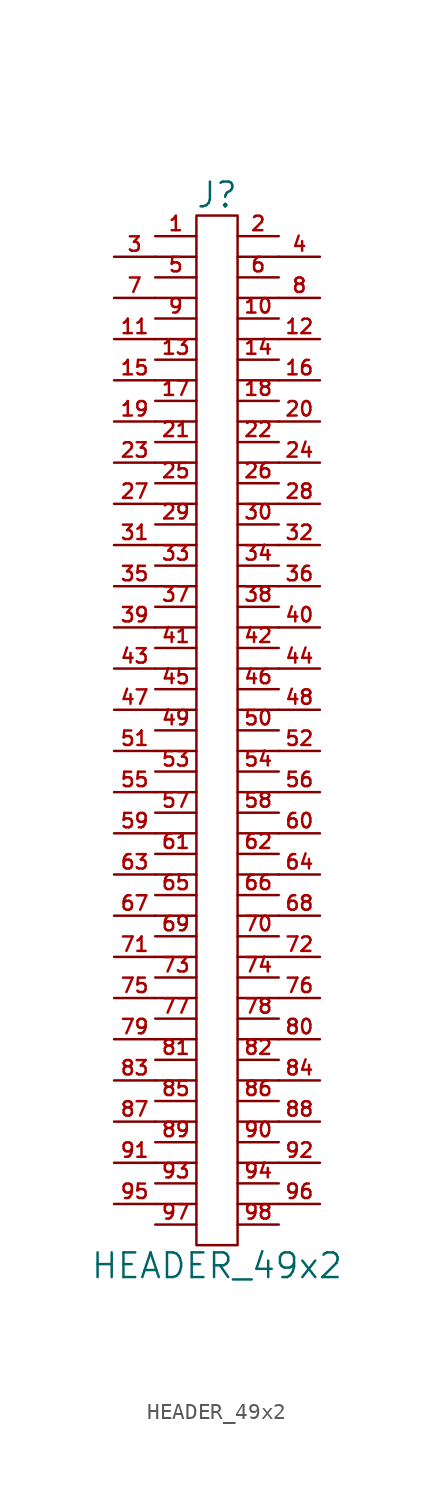
<source format=kicad_sym>
(kicad_symbol_lib
  (version 20201005)
  (generator kicad_symbol_editor)
  (symbol "HEADER_49x2"
    (pin_names
      (offset 0))
    (property "Reference" "J"
      (at 0 33.02 0)
      (effects (font (size 1.524 1.524))))
    (property "Value" "HEADER_49x2"
      (at 0 -33.02 0)
      (effects (font (size 1.524 1.524))))
    (property "Footprint" ""
      (at 0 6.35 0)
      (effects (font (size 1.524 1.524))))
    (property "Datasheet" ""
      (at 0 6.35 0)
      (effects (font (size 1.524 1.524))))
    (symbol "HEADER_49x2_0_1"
      (rectangle (start 1.27 -31.75) (end -1.27 31.75) (stroke (width 0)) (fill (type none)))
      (polyline (pts (xy -3.81 -29.21) (xy -1.27 -29.21)) (stroke (width 0)) (fill (type none)))
      (polyline (pts (xy -3.81 -26.67) (xy -1.27 -26.67)) (stroke (width 0)) (fill (type none)))
      (polyline (pts (xy -3.81 -24.13) (xy -1.27 -24.13)) (stroke (width 0)) (fill (type none)))
      (polyline (pts (xy -3.81 -21.59) (xy -1.27 -21.59)) (stroke (width 0)) (fill (type none)))
      (polyline (pts (xy -3.81 -19.05) (xy -1.27 -19.05)) (stroke (width 0)) (fill (type none)))
      (polyline (pts (xy -3.81 -16.51) (xy -1.27 -16.51)) (stroke (width 0)) (fill (type none)))
      (polyline (pts (xy -3.81 -13.97) (xy -1.27 -13.97)) (stroke (width 0)) (fill (type none)))
      (polyline (pts (xy -3.81 -11.43) (xy -1.27 -11.43)) (stroke (width 0)) (fill (type none)))
      (polyline (pts (xy -3.81 -8.89) (xy -1.27 -8.89)) (stroke (width 0)) (fill (type none)))
      (polyline (pts (xy -3.81 -6.35) (xy -1.27 -6.35)) (stroke (width 0)) (fill (type none)))
      (polyline (pts (xy -3.81 -3.81) (xy -1.27 -3.81)) (stroke (width 0)) (fill (type none)))
      (polyline (pts (xy -3.81 -1.27) (xy -1.27 -1.27)) (stroke (width 0)) (fill (type none)))
      (polyline (pts (xy -3.81 1.27) (xy -1.27 1.27)) (stroke (width 0)) (fill (type none)))
      (polyline (pts (xy -3.81 3.81) (xy -1.27 3.81)) (stroke (width 0)) (fill (type none)))
      (polyline (pts (xy -3.81 6.35) (xy -1.27 6.35)) (stroke (width 0)) (fill (type none)))
      (polyline (pts (xy -3.81 8.89) (xy -1.27 8.89)) (stroke (width 0)) (fill (type none)))
      (polyline (pts (xy -3.81 11.43) (xy -1.27 11.43)) (stroke (width 0)) (fill (type none)))
      (polyline (pts (xy -3.81 13.97) (xy -1.27 13.97)) (stroke (width 0)) (fill (type none)))
      (polyline (pts (xy -3.81 16.51) (xy -1.27 16.51)) (stroke (width 0)) (fill (type none)))
      (polyline (pts (xy -3.81 19.05) (xy -1.27 19.05)) (stroke (width 0)) (fill (type none)))
      (polyline (pts (xy -3.81 21.59) (xy -1.27 21.59)) (stroke (width 0)) (fill (type none)))
      (polyline (pts (xy -3.81 24.13) (xy -1.27 24.13)) (stroke (width 0)) (fill (type none)))
      (polyline (pts (xy -3.81 26.67) (xy -1.27 26.67)) (stroke (width 0)) (fill (type none)))
      (polyline (pts (xy -3.81 29.21) (xy -1.27 29.21)) (stroke (width 0)) (fill (type none)))
      (polyline (pts (xy 1.27 -29.21) (xy 3.81 -29.21)) (stroke (width 0)) (fill (type none)))
      (polyline (pts (xy 1.27 -26.67) (xy 3.81 -26.67)) (stroke (width 0)) (fill (type none)))
      (polyline (pts (xy 1.27 -24.13) (xy 3.81 -24.13)) (stroke (width 0)) (fill (type none)))
      (polyline (pts (xy 1.27 -21.59) (xy 3.81 -21.59)) (stroke (width 0)) (fill (type none)))
      (polyline (pts (xy 1.27 -19.05) (xy 3.81 -19.05)) (stroke (width 0)) (fill (type none)))
      (polyline (pts (xy 1.27 -16.51) (xy 3.81 -16.51)) (stroke (width 0)) (fill (type none)))
      (polyline (pts (xy 1.27 -13.97) (xy 3.81 -13.97)) (stroke (width 0)) (fill (type none)))
      (polyline (pts (xy 1.27 -11.43) (xy 3.81 -11.43)) (stroke (width 0)) (fill (type none)))
      (polyline (pts (xy 1.27 -8.89) (xy 3.81 -8.89)) (stroke (width 0)) (fill (type none)))
      (polyline (pts (xy 1.27 -6.35) (xy 3.81 -6.35)) (stroke (width 0)) (fill (type none)))
      (polyline (pts (xy 1.27 -3.81) (xy 3.81 -3.81)) (stroke (width 0)) (fill (type none)))
      (polyline (pts (xy 1.27 -1.27) (xy 3.81 -1.27)) (stroke (width 0)) (fill (type none)))
      (polyline (pts (xy 1.27 1.27) (xy 3.81 1.27)) (stroke (width 0)) (fill (type none)))
      (polyline (pts (xy 1.27 3.81) (xy 3.81 3.81)) (stroke (width 0)) (fill (type none)))
      (polyline (pts (xy 1.27 6.35) (xy 3.81 6.35)) (stroke (width 0)) (fill (type none)))
      (polyline (pts (xy 1.27 8.89) (xy 3.81 8.89)) (stroke (width 0)) (fill (type none)))
      (polyline (pts (xy 1.27 11.43) (xy 3.81 11.43)) (stroke (width 0)) (fill (type none)))
      (polyline (pts (xy 1.27 13.97) (xy 3.81 13.97)) (stroke (width 0)) (fill (type none)))
      (polyline (pts (xy 1.27 16.51) (xy 3.81 16.51)) (stroke (width 0)) (fill (type none)))
      (polyline (pts (xy 1.27 19.05) (xy 3.81 19.05)) (stroke (width 0)) (fill (type none)))
      (polyline (pts (xy 1.27 21.59) (xy 3.81 21.59)) (stroke (width 0)) (fill (type none)))
      (polyline (pts (xy 1.27 24.13) (xy 3.81 24.13)) (stroke (width 0)) (fill (type none)))
      (polyline (pts (xy 1.27 26.67) (xy 3.81 26.67)) (stroke (width 0)) (fill (type none)))
      (polyline (pts (xy 1.27 29.21) (xy 3.81 29.21)) (stroke (width 0)) (fill (type none))))
    (symbol "HEADER_49x2_1_1"
      (pin passive line (at -3.81 30.48 0) (length 2.54) (name "~" (effects (font (size 1.27 1.27)))) (number "1" (effects (font (size 0.889 0.889)))))
      (pin passive line (at 3.81 25.4 180) (length 2.54) (name "~" (effects (font (size 1.27 1.27)))) (number "10" (effects (font (size 0.889 0.889)))))
      (pin passive line (at -6.35 24.13 0) (length 2.54) (name "~" (effects (font (size 1.27 1.27)))) (number "11" (effects (font (size 0.889 0.889)))))
      (pin passive line (at 6.35 24.13 180) (length 2.54) (name "~" (effects (font (size 1.27 1.27)))) (number "12" (effects (font (size 0.889 0.889)))))
      (pin passive line (at -3.81 22.86 0) (length 2.54) (name "~" (effects (font (size 1.27 1.27)))) (number "13" (effects (font (size 0.889 0.889)))))
      (pin passive line (at 3.81 22.86 180) (length 2.54) (name "~" (effects (font (size 1.27 1.27)))) (number "14" (effects (font (size 0.889 0.889)))))
      (pin passive line (at -6.35 21.59 0) (length 2.54) (name "~" (effects (font (size 1.27 1.27)))) (number "15" (effects (font (size 0.889 0.889)))))
      (pin passive line (at 6.35 21.59 180) (length 2.54) (name "~" (effects (font (size 1.27 1.27)))) (number "16" (effects (font (size 0.889 0.889)))))
      (pin passive line (at -3.81 20.32 0) (length 2.54) (name "~" (effects (font (size 1.27 1.27)))) (number "17" (effects (font (size 0.889 0.889)))))
      (pin passive line (at 3.81 20.32 180) (length 2.54) (name "~" (effects (font (size 1.27 1.27)))) (number "18" (effects (font (size 0.889 0.889)))))
      (pin passive line (at -6.35 19.05 0) (length 2.54) (name "~" (effects (font (size 1.27 1.27)))) (number "19" (effects (font (size 0.889 0.889)))))
      (pin passive line (at 3.81 30.48 180) (length 2.54) (name "~" (effects (font (size 1.27 1.27)))) (number "2" (effects (font (size 0.889 0.889)))))
      (pin passive line (at 6.35 19.05 180) (length 2.54) (name "~" (effects (font (size 1.27 1.27)))) (number "20" (effects (font (size 0.889 0.889)))))
      (pin passive line (at -3.81 17.78 0) (length 2.54) (name "~" (effects (font (size 1.27 1.27)))) (number "21" (effects (font (size 0.889 0.889)))))
      (pin passive line (at 3.81 17.78 180) (length 2.54) (name "~" (effects (font (size 1.27 1.27)))) (number "22" (effects (font (size 0.889 0.889)))))
      (pin passive line (at -6.35 16.51 0) (length 2.54) (name "~" (effects (font (size 1.27 1.27)))) (number "23" (effects (font (size 0.889 0.889)))))
      (pin passive line (at 6.35 16.51 180) (length 2.54) (name "~" (effects (font (size 1.27 1.27)))) (number "24" (effects (font (size 0.889 0.889)))))
      (pin passive line (at -3.81 15.24 0) (length 2.54) (name "~" (effects (font (size 1.27 1.27)))) (number "25" (effects (font (size 0.889 0.889)))))
      (pin passive line (at 3.81 15.24 180) (length 2.54) (name "~" (effects (font (size 1.27 1.27)))) (number "26" (effects (font (size 0.889 0.889)))))
      (pin passive line (at -6.35 13.97 0) (length 2.54) (name "~" (effects (font (size 1.27 1.27)))) (number "27" (effects (font (size 0.889 0.889)))))
      (pin passive line (at 6.35 13.97 180) (length 2.54) (name "~" (effects (font (size 1.27 1.27)))) (number "28" (effects (font (size 0.889 0.889)))))
      (pin passive line (at -3.81 12.7 0) (length 2.54) (name "~" (effects (font (size 1.27 1.27)))) (number "29" (effects (font (size 0.889 0.889)))))
      (pin passive line (at -6.35 29.21 0) (length 2.54) (name "~" (effects (font (size 1.27 1.27)))) (number "3" (effects (font (size 0.889 0.889)))))
      (pin passive line (at 3.81 12.7 180) (length 2.54) (name "~" (effects (font (size 1.27 1.27)))) (number "30" (effects (font (size 0.889 0.889)))))
      (pin passive line (at -6.35 11.43 0) (length 2.54) (name "~" (effects (font (size 1.27 1.27)))) (number "31" (effects (font (size 0.889 0.889)))))
      (pin passive line (at 6.35 11.43 180) (length 2.54) (name "~" (effects (font (size 1.27 1.27)))) (number "32" (effects (font (size 0.889 0.889)))))
      (pin passive line (at -3.81 10.16 0) (length 2.54) (name "~" (effects (font (size 1.27 1.27)))) (number "33" (effects (font (size 0.889 0.889)))))
      (pin passive line (at 3.81 10.16 180) (length 2.54) (name "~" (effects (font (size 1.27 1.27)))) (number "34" (effects (font (size 0.889 0.889)))))
      (pin passive line (at -6.35 8.89 0) (length 2.54) (name "~" (effects (font (size 1.27 1.27)))) (number "35" (effects (font (size 0.889 0.889)))))
      (pin passive line (at 6.35 8.89 180) (length 2.54) (name "~" (effects (font (size 1.27 1.27)))) (number "36" (effects (font (size 0.889 0.889)))))
      (pin passive line (at -3.81 7.62 0) (length 2.54) (name "~" (effects (font (size 0.889 0.889)))) (number "37" (effects (font (size 0.889 0.889)))))
      (pin passive line (at 3.81 7.62 180) (length 2.54) (name "~" (effects (font (size 1.27 1.27)))) (number "38" (effects (font (size 0.889 0.889)))))
      (pin passive line (at -6.35 6.35 0) (length 2.54) (name "~" (effects (font (size 1.27 1.27)))) (number "39" (effects (font (size 0.889 0.889)))))
      (pin passive line (at 6.35 29.21 180) (length 2.54) (name "~" (effects (font (size 1.27 1.27)))) (number "4" (effects (font (size 0.889 0.889)))))
      (pin passive line (at 6.35 6.35 180) (length 2.54) (name "~" (effects (font (size 1.27 1.27)))) (number "40" (effects (font (size 0.889 0.889)))))
      (pin passive line (at -3.81 5.08 0) (length 2.54) (name "~" (effects (font (size 1.27 1.27)))) (number "41" (effects (font (size 0.889 0.889)))))
      (pin passive line (at 3.81 5.08 180) (length 2.54) (name "~" (effects (font (size 1.27 1.27)))) (number "42" (effects (font (size 0.889 0.889)))))
      (pin passive line (at -6.35 3.81 0) (length 2.54) (name "~" (effects (font (size 1.27 1.27)))) (number "43" (effects (font (size 0.889 0.889)))))
      (pin passive line (at 6.35 3.81 180) (length 2.54) (name "~" (effects (font (size 1.27 1.27)))) (number "44" (effects (font (size 0.889 0.889)))))
      (pin passive line (at -3.81 2.54 0) (length 2.54) (name "~" (effects (font (size 1.27 1.27)))) (number "45" (effects (font (size 0.889 0.889)))))
      (pin passive line (at 3.81 2.54 180) (length 2.54) (name "~" (effects (font (size 1.27 1.27)))) (number "46" (effects (font (size 0.889 0.889)))))
      (pin passive line (at -6.35 1.27 0) (length 2.54) (name "~" (effects (font (size 1.27 1.27)))) (number "47" (effects (font (size 0.889 0.889)))))
      (pin passive line (at 6.35 1.27 180) (length 2.54) (name "~" (effects (font (size 1.27 1.27)))) (number "48" (effects (font (size 0.889 0.889)))))
      (pin passive line (at -3.81 0 0) (length 2.54) (name "~" (effects (font (size 1.27 1.27)))) (number "49" (effects (font (size 0.889 0.889)))))
      (pin passive line (at -3.81 27.94 0) (length 2.54) (name "~" (effects (font (size 1.27 1.27)))) (number "5" (effects (font (size 0.889 0.889)))))
      (pin passive line (at 3.81 0 180) (length 2.54) (name "~" (effects (font (size 1.27 1.27)))) (number "50" (effects (font (size 0.889 0.889)))))
      (pin passive line (at -6.35 -1.27 0) (length 2.54) (name "~" (effects (font (size 1.27 1.27)))) (number "51" (effects (font (size 0.889 0.889)))))
      (pin passive line (at 6.35 -1.27 180) (length 2.54) (name "~" (effects (font (size 1.27 1.27)))) (number "52" (effects (font (size 0.889 0.889)))))
      (pin passive line (at -3.81 -2.54 0) (length 2.54) (name "~" (effects (font (size 1.27 1.27)))) (number "53" (effects (font (size 0.889 0.889)))))
      (pin passive line (at 3.81 -2.54 180) (length 2.54) (name "~" (effects (font (size 1.27 1.27)))) (number "54" (effects (font (size 0.889 0.889)))))
      (pin passive line (at -6.35 -3.81 0) (length 2.54) (name "~" (effects (font (size 1.27 1.27)))) (number "55" (effects (font (size 0.889 0.889)))))
      (pin passive line (at 6.35 -3.81 180) (length 2.54) (name "~" (effects (font (size 1.27 1.27)))) (number "56" (effects (font (size 0.889 0.889)))))
      (pin passive line (at -3.81 -5.08 0) (length 2.54) (name "~" (effects (font (size 1.27 1.27)))) (number "57" (effects (font (size 0.889 0.889)))))
      (pin passive line (at 3.81 -5.08 180) (length 2.54) (name "~" (effects (font (size 1.27 1.27)))) (number "58" (effects (font (size 0.889 0.889)))))
      (pin passive line (at -6.35 -6.35 0) (length 2.54) (name "~" (effects (font (size 1.27 1.27)))) (number "59" (effects (font (size 0.889 0.889)))))
      (pin passive line (at 3.81 27.94 180) (length 2.54) (name "~" (effects (font (size 1.27 1.27)))) (number "6" (effects (font (size 0.889 0.889)))))
      (pin passive line (at 6.35 -6.35 180) (length 2.54) (name "~" (effects (font (size 1.27 1.27)))) (number "60" (effects (font (size 0.889 0.889)))))
      (pin passive line (at -3.81 -7.62 0) (length 2.54) (name "~" (effects (font (size 1.27 1.27)))) (number "61" (effects (font (size 0.889 0.889)))))
      (pin passive line (at 3.81 -7.62 180) (length 2.54) (name "~" (effects (font (size 1.27 1.27)))) (number "62" (effects (font (size 0.889 0.889)))))
      (pin passive line (at -6.35 -8.89 0) (length 2.54) (name "~" (effects (font (size 1.27 1.27)))) (number "63" (effects (font (size 0.889 0.889)))))
      (pin passive line (at 6.35 -8.89 180) (length 2.54) (name "~" (effects (font (size 1.27 1.27)))) (number "64" (effects (font (size 0.889 0.889)))))
      (pin passive line (at -3.81 -10.16 0) (length 2.54) (name "~" (effects (font (size 1.27 1.27)))) (number "65" (effects (font (size 0.889 0.889)))))
      (pin passive line (at 3.81 -10.16 180) (length 2.54) (name "~" (effects (font (size 1.27 1.27)))) (number "66" (effects (font (size 0.889 0.889)))))
      (pin passive line (at -6.35 -11.43 0) (length 2.54) (name "~" (effects (font (size 1.27 1.27)))) (number "67" (effects (font (size 0.889 0.889)))))
      (pin passive line (at 6.35 -11.43 180) (length 2.54) (name "~" (effects (font (size 1.27 1.27)))) (number "68" (effects (font (size 0.889 0.889)))))
      (pin passive line (at -3.81 -12.7 0) (length 2.54) (name "~" (effects (font (size 1.27 1.27)))) (number "69" (effects (font (size 0.889 0.889)))))
      (pin passive line (at -6.35 26.67 0) (length 2.54) (name "~" (effects (font (size 1.27 1.27)))) (number "7" (effects (font (size 0.889 0.889)))))
      (pin passive line (at 3.81 -12.7 180) (length 2.54) (name "~" (effects (font (size 1.27 1.27)))) (number "70" (effects (font (size 0.889 0.889)))))
      (pin passive line (at -6.35 -13.97 0) (length 2.54) (name "~" (effects (font (size 1.27 1.27)))) (number "71" (effects (font (size 0.889 0.889)))))
      (pin passive line (at 6.35 -13.97 180) (length 2.54) (name "~" (effects (font (size 1.27 1.27)))) (number "72" (effects (font (size 0.889 0.889)))))
      (pin passive line (at -3.81 -15.24 0) (length 2.54) (name "~" (effects (font (size 1.27 1.27)))) (number "73" (effects (font (size 0.889 0.889)))))
      (pin passive line (at 3.81 -15.24 180) (length 2.54) (name "~" (effects (font (size 1.27 1.27)))) (number "74" (effects (font (size 0.889 0.889)))))
      (pin passive line (at -6.35 -16.51 0) (length 2.54) (name "~" (effects (font (size 1.27 1.27)))) (number "75" (effects (font (size 0.889 0.889)))))
      (pin passive line (at 6.35 -16.51 180) (length 2.54) (name "~" (effects (font (size 1.27 1.27)))) (number "76" (effects (font (size 0.889 0.889)))))
      (pin passive line (at -3.81 -17.78 0) (length 2.54) (name "~" (effects (font (size 1.27 1.27)))) (number "77" (effects (font (size 0.889 0.889)))))
      (pin passive line (at 3.81 -17.78 180) (length 2.54) (name "~" (effects (font (size 1.27 1.27)))) (number "78" (effects (font (size 0.889 0.889)))))
      (pin passive line (at -6.35 -19.05 0) (length 2.54) (name "~" (effects (font (size 1.27 1.27)))) (number "79" (effects (font (size 0.889 0.889)))))
      (pin passive line (at 6.35 26.67 180) (length 2.54) (name "~" (effects (font (size 1.27 1.27)))) (number "8" (effects (font (size 0.889 0.889)))))
      (pin passive line (at 6.35 -19.05 180) (length 2.54) (name "~" (effects (font (size 1.27 1.27)))) (number "80" (effects (font (size 0.889 0.889)))))
      (pin passive line (at -3.81 -20.32 0) (length 2.54) (name "~" (effects (font (size 1.27 1.27)))) (number "81" (effects (font (size 0.889 0.889)))))
      (pin passive line (at 3.81 -20.32 180) (length 2.54) (name "~" (effects (font (size 1.27 1.27)))) (number "82" (effects (font (size 0.889 0.889)))))
      (pin passive line (at -6.35 -21.59 0) (length 2.54) (name "~" (effects (font (size 1.27 1.27)))) (number "83" (effects (font (size 0.889 0.889)))))
      (pin passive line (at 6.35 -21.59 180) (length 2.54) (name "~" (effects (font (size 1.27 1.27)))) (number "84" (effects (font (size 0.889 0.889)))))
      (pin passive line (at -3.81 -22.86 0) (length 2.54) (name "~" (effects (font (size 1.27 1.27)))) (number "85" (effects (font (size 0.889 0.889)))))
      (pin passive line (at 3.81 -22.86 180) (length 2.54) (name "~" (effects (font (size 1.27 1.27)))) (number "86" (effects (font (size 0.889 0.889)))))
      (pin passive line (at -6.35 -24.13 0) (length 2.54) (name "~" (effects (font (size 1.27 1.27)))) (number "87" (effects (font (size 0.889 0.889)))))
      (pin passive line (at 6.35 -24.13 180) (length 2.54) (name "~" (effects (font (size 1.27 1.27)))) (number "88" (effects (font (size 0.889 0.889)))))
      (pin passive line (at -3.81 -25.4 0) (length 2.54) (name "~" (effects (font (size 1.27 1.27)))) (number "89" (effects (font (size 0.889 0.889)))))
      (pin passive line (at -3.81 25.4 0) (length 2.54) (name "~" (effects (font (size 1.27 1.27)))) (number "9" (effects (font (size 0.889 0.889)))))
      (pin passive line (at 3.81 -25.4 180) (length 2.54) (name "~" (effects (font (size 1.27 1.27)))) (number "90" (effects (font (size 0.889 0.889)))))
      (pin passive line (at -6.35 -26.67 0) (length 2.54) (name "~" (effects (font (size 1.27 1.27)))) (number "91" (effects (font (size 0.889 0.889)))))
      (pin passive line (at 6.35 -26.67 180) (length 2.54) (name "~" (effects (font (size 1.27 1.27)))) (number "92" (effects (font (size 0.889 0.889)))))
      (pin passive line (at -3.81 -27.94 0) (length 2.54) (name "~" (effects (font (size 1.27 1.27)))) (number "93" (effects (font (size 0.889 0.889)))))
      (pin passive line (at 3.81 -27.94 180) (length 2.54) (name "~" (effects (font (size 1.27 1.27)))) (number "94" (effects (font (size 0.889 0.889)))))
      (pin passive line (at -6.35 -29.21 0) (length 2.54) (name "~" (effects (font (size 1.27 1.27)))) (number "95" (effects (font (size 0.889 0.889)))))
      (pin passive line (at 6.35 -29.21 180) (length 2.54) (name "~" (effects (font (size 1.27 1.27)))) (number "96" (effects (font (size 0.889 0.889)))))
      (pin passive line (at -3.81 -30.48 0) (length 2.54) (name "~" (effects (font (size 1.27 1.27)))) (number "97" (effects (font (size 0.889 0.889)))))
      (pin passive line (at 3.81 -30.48 180) (length 2.54) (name "~" (effects (font (size 1.27 1.27)))) (number "98" (effects (font (size 0.889 0.889))))))))
</source>
